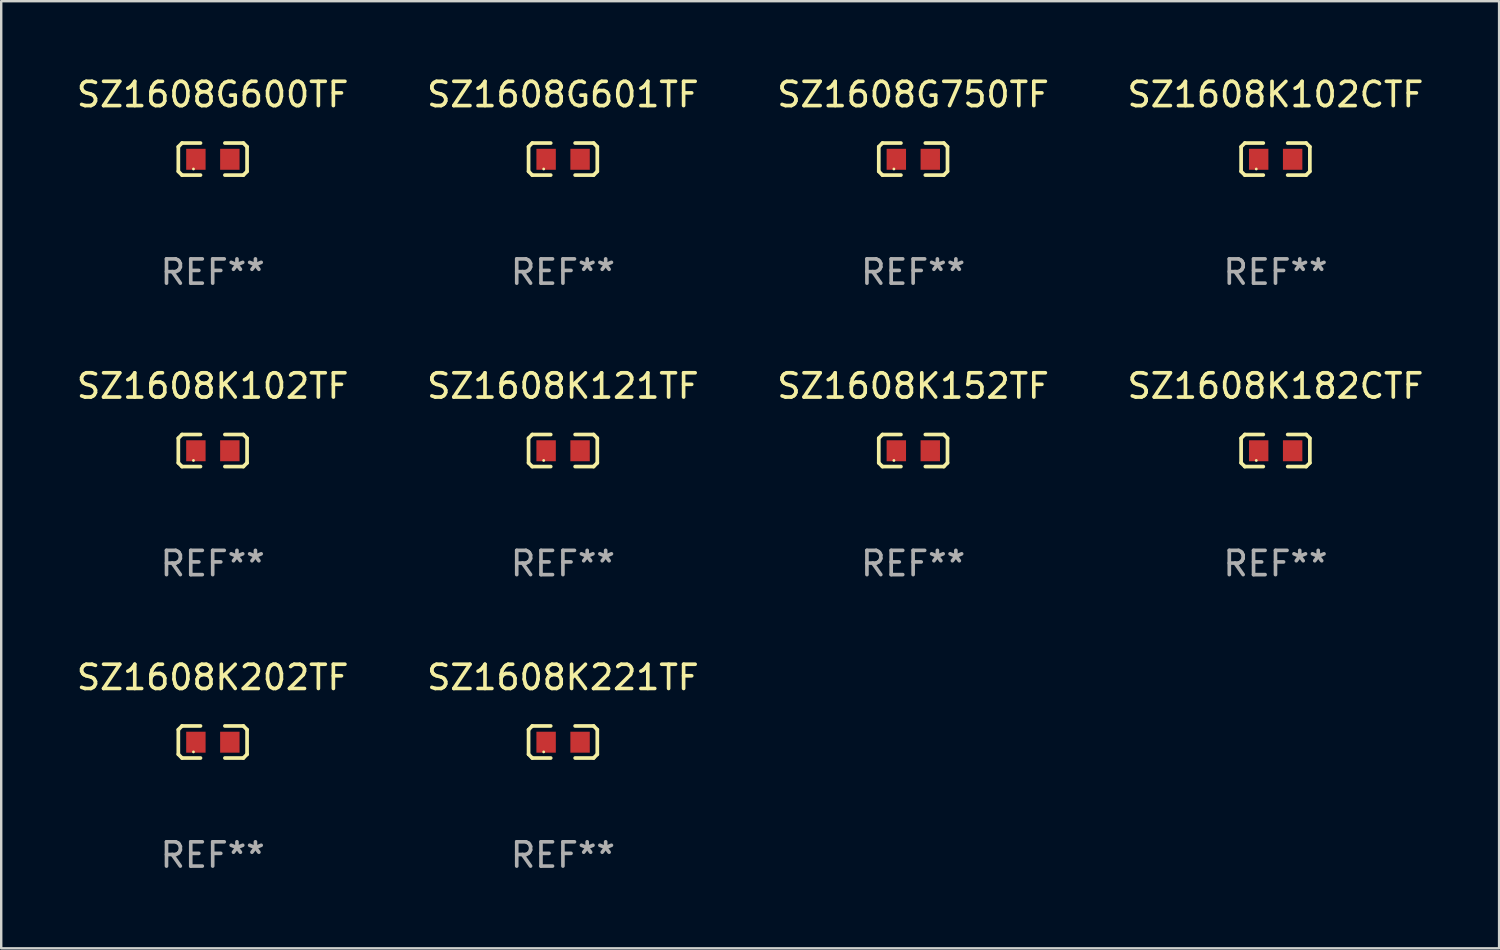
<source format=kicad_pcb>
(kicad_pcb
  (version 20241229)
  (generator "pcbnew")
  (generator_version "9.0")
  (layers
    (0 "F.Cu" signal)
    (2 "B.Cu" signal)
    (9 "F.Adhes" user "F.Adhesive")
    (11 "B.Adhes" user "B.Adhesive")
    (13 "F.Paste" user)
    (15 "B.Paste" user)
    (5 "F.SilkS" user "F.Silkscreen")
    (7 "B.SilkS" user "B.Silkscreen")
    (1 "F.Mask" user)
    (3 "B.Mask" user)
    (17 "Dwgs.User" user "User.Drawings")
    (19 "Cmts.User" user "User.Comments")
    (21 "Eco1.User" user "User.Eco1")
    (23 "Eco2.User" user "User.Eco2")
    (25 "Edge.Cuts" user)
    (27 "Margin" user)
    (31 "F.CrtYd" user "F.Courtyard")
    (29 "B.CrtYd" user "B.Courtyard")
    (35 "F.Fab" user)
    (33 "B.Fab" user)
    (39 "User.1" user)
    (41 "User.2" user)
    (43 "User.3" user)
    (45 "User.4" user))
  (footprint "SZ1608K102CTF"
    (layer "F.Cu")
    (at 49.542 3.509)
    (property "Reference" "SZ1608K102CTF" (at 0 -2.661 0) (layer "F.SilkS") (effects (font (size 1 1) (thickness 0.15))))
    (attr through_hole)
    (fp_line (start -1.417 -0.508) (end -1.265 -0.661) (stroke (width 0.152) (type solid)) (layer "F.SilkS"))
    (fp_line (start -1.417 0.508) (end -1.417 -0.508) (stroke (width 0.152) (type solid)) (layer "F.SilkS"))
    (fp_line (start -1.265 -0.661) (end -0.503 -0.661) (stroke (width 0.152) (type solid)) (layer "F.SilkS"))
    (fp_line (start -1.265 0.661) (end -1.417 0.508) (stroke (width 0.152) (type solid)) (layer "F.SilkS"))
    (fp_line (start -1.265 0.661) (end -0.503 0.661) (stroke (width 0.152) (type solid)) (layer "F.SilkS"))
    (fp_line (start 1.265 -0.661) (end 0.503 -0.661) (stroke (width 0.152) (type solid)) (layer "F.SilkS"))
    (fp_line (start 1.265 -0.661) (end 1.417 -0.508) (stroke (width 0.152) (type solid)) (layer "F.SilkS"))
    (fp_line (start 1.265 0.661) (end 0.503 0.661) (stroke (width 0.152) (type solid)) (layer "F.SilkS"))
    (fp_line (start 1.417 -0.508) (end 1.417 0.508) (stroke (width 0.152) (type solid)) (layer "F.SilkS"))
    (fp_line (start 1.417 0.508) (end 1.265 0.661) (stroke (width 0.152) (type solid)) (layer "F.SilkS"))
    (fp_circle (center -0.793 0.409) (end -0.763 0.409) (stroke (width 0.06) (type solid)) (fill no) (layer "F.SilkS"))
    (fp_text user "REF**" (at 0 4.661 0) (layer "F.Fab") (effects (font (size 1 1) (thickness 0.15))))
    (pad "1" smd rect (at -0.693 0.009 180) (size 0.8 0.864) (layers "F.Cu" "F.Mask" "F.Paste"))
    (pad "2" smd rect (at 0.707 0.009 180) (size 0.8 0.864) (layers "F.Cu" "F.Mask" "F.Paste")))
  (footprint "SZ1608G750TF"
    (layer "F.Cu")
    (at 34.601 3.509)
    (property "Reference" "SZ1608G750TF" (at 0 -2.661 0) (layer "F.SilkS") (effects (font (size 1 1) (thickness 0.15))))
    (attr through_hole)
    (fp_line (start -1.417 -0.508) (end -1.265 -0.661) (stroke (width 0.152) (type solid)) (layer "F.SilkS"))
    (fp_line (start -1.417 0.508) (end -1.417 -0.508) (stroke (width 0.152) (type solid)) (layer "F.SilkS"))
    (fp_line (start -1.265 -0.661) (end -0.503 -0.661) (stroke (width 0.152) (type solid)) (layer "F.SilkS"))
    (fp_line (start -1.265 0.661) (end -1.417 0.508) (stroke (width 0.152) (type solid)) (layer "F.SilkS"))
    (fp_line (start -1.265 0.661) (end -0.503 0.661) (stroke (width 0.152) (type solid)) (layer "F.SilkS"))
    (fp_line (start 1.265 -0.661) (end 0.503 -0.661) (stroke (width 0.152) (type solid)) (layer "F.SilkS"))
    (fp_line (start 1.265 -0.661) (end 1.417 -0.508) (stroke (width 0.152) (type solid)) (layer "F.SilkS"))
    (fp_line (start 1.265 0.661) (end 0.503 0.661) (stroke (width 0.152) (type solid)) (layer "F.SilkS"))
    (fp_line (start 1.417 -0.508) (end 1.417 0.508) (stroke (width 0.152) (type solid)) (layer "F.SilkS"))
    (fp_line (start 1.417 0.508) (end 1.265 0.661) (stroke (width 0.152) (type solid)) (layer "F.SilkS"))
    (fp_circle (center -0.793 0.409) (end -0.763 0.409) (stroke (width 0.06) (type solid)) (fill no) (layer "F.SilkS"))
    (fp_text user "REF**" (at 0 4.661 0) (layer "F.Fab") (effects (font (size 1 1) (thickness 0.15))))
    (pad "1" smd rect (at -0.693 0.009 180) (size 0.8 0.864) (layers "F.Cu" "F.Mask" "F.Paste"))
    (pad "2" smd rect (at 0.707 0.009 180) (size 0.8 0.864) (layers "F.Cu" "F.Mask" "F.Paste")))
  (footprint "SZ1608K182CTF"
    (layer "F.Cu")
    (at 49.542 15.527)
    (property "Reference" "SZ1608K182CTF" (at 0 -2.661 0) (layer "F.SilkS") (effects (font (size 1 1) (thickness 0.15))))
    (attr through_hole)
    (fp_line (start -1.417 -0.508) (end -1.265 -0.661) (stroke (width 0.152) (type solid)) (layer "F.SilkS"))
    (fp_line (start -1.417 0.508) (end -1.417 -0.508) (stroke (width 0.152) (type solid)) (layer "F.SilkS"))
    (fp_line (start -1.265 -0.661) (end -0.503 -0.661) (stroke (width 0.152) (type solid)) (layer "F.SilkS"))
    (fp_line (start -1.265 0.661) (end -1.417 0.508) (stroke (width 0.152) (type solid)) (layer "F.SilkS"))
    (fp_line (start -1.265 0.661) (end -0.503 0.661) (stroke (width 0.152) (type solid)) (layer "F.SilkS"))
    (fp_line (start 1.265 -0.661) (end 0.503 -0.661) (stroke (width 0.152) (type solid)) (layer "F.SilkS"))
    (fp_line (start 1.265 -0.661) (end 1.417 -0.508) (stroke (width 0.152) (type solid)) (layer "F.SilkS"))
    (fp_line (start 1.265 0.661) (end 0.503 0.661) (stroke (width 0.152) (type solid)) (layer "F.SilkS"))
    (fp_line (start 1.417 -0.508) (end 1.417 0.508) (stroke (width 0.152) (type solid)) (layer "F.SilkS"))
    (fp_line (start 1.417 0.508) (end 1.265 0.661) (stroke (width 0.152) (type solid)) (layer "F.SilkS"))
    (fp_circle (center -0.793 0.409) (end -0.763 0.409) (stroke (width 0.06) (type solid)) (fill no) (layer "F.SilkS"))
    (fp_text user "REF**" (at 0 4.661 0) (layer "F.Fab") (effects (font (size 1 1) (thickness 0.15))))
    (pad "1" smd rect (at -0.693 0.009 180) (size 0.8 0.864) (layers "F.Cu" "F.Mask" "F.Paste"))
    (pad "2" smd rect (at 0.707 0.009 180) (size 0.8 0.864) (layers "F.Cu" "F.Mask" "F.Paste")))
  (footprint "SZ1608G601TF"
    (layer "F.Cu")
    (at 20.161 3.509)
    (property "Reference" "SZ1608G601TF" (at 0 -2.661 0) (layer "F.SilkS") (effects (font (size 1 1) (thickness 0.15))))
    (attr through_hole)
    (fp_line (start -1.417 -0.508) (end -1.265 -0.661) (stroke (width 0.152) (type solid)) (layer "F.SilkS"))
    (fp_line (start -1.417 0.508) (end -1.417 -0.508) (stroke (width 0.152) (type solid)) (layer "F.SilkS"))
    (fp_line (start -1.265 -0.661) (end -0.503 -0.661) (stroke (width 0.152) (type solid)) (layer "F.SilkS"))
    (fp_line (start -1.265 0.661) (end -1.417 0.508) (stroke (width 0.152) (type solid)) (layer "F.SilkS"))
    (fp_line (start -1.265 0.661) (end -0.503 0.661) (stroke (width 0.152) (type solid)) (layer "F.SilkS"))
    (fp_line (start 1.265 -0.661) (end 0.503 -0.661) (stroke (width 0.152) (type solid)) (layer "F.SilkS"))
    (fp_line (start 1.265 -0.661) (end 1.417 -0.508) (stroke (width 0.152) (type solid)) (layer "F.SilkS"))
    (fp_line (start 1.265 0.661) (end 0.503 0.661) (stroke (width 0.152) (type solid)) (layer "F.SilkS"))
    (fp_line (start 1.417 -0.508) (end 1.417 0.508) (stroke (width 0.152) (type solid)) (layer "F.SilkS"))
    (fp_line (start 1.417 0.508) (end 1.265 0.661) (stroke (width 0.152) (type solid)) (layer "F.SilkS"))
    (fp_circle (center -0.793 0.409) (end -0.763 0.409) (stroke (width 0.06) (type solid)) (fill no) (layer "F.SilkS"))
    (fp_text user "REF**" (at 0 4.661 0) (layer "F.Fab") (effects (font (size 1 1) (thickness 0.15))))
    (pad "1" smd rect (at -0.693 0.009 180) (size 0.8 0.864) (layers "F.Cu" "F.Mask" "F.Paste"))
    (pad "2" smd rect (at 0.707 0.009 180) (size 0.8 0.864) (layers "F.Cu" "F.Mask" "F.Paste")))
  (footprint "SZ1608K152TF"
    (layer "F.Cu")
    (at 34.601 15.527)
    (property "Reference" "SZ1608K152TF" (at 0 -2.661 0) (layer "F.SilkS") (effects (font (size 1 1) (thickness 0.15))))
    (attr through_hole)
    (fp_line (start -1.417 -0.508) (end -1.265 -0.661) (stroke (width 0.152) (type solid)) (layer "F.SilkS"))
    (fp_line (start -1.417 0.508) (end -1.417 -0.508) (stroke (width 0.152) (type solid)) (layer "F.SilkS"))
    (fp_line (start -1.265 -0.661) (end -0.503 -0.661) (stroke (width 0.152) (type solid)) (layer "F.SilkS"))
    (fp_line (start -1.265 0.661) (end -1.417 0.508) (stroke (width 0.152) (type solid)) (layer "F.SilkS"))
    (fp_line (start -1.265 0.661) (end -0.503 0.661) (stroke (width 0.152) (type solid)) (layer "F.SilkS"))
    (fp_line (start 1.265 -0.661) (end 0.503 -0.661) (stroke (width 0.152) (type solid)) (layer "F.SilkS"))
    (fp_line (start 1.265 -0.661) (end 1.417 -0.508) (stroke (width 0.152) (type solid)) (layer "F.SilkS"))
    (fp_line (start 1.265 0.661) (end 0.503 0.661) (stroke (width 0.152) (type solid)) (layer "F.SilkS"))
    (fp_line (start 1.417 -0.508) (end 1.417 0.508) (stroke (width 0.152) (type solid)) (layer "F.SilkS"))
    (fp_line (start 1.417 0.508) (end 1.265 0.661) (stroke (width 0.152) (type solid)) (layer "F.SilkS"))
    (fp_circle (center -0.793 0.409) (end -0.763 0.409) (stroke (width 0.06) (type solid)) (fill no) (layer "F.SilkS"))
    (fp_text user "REF**" (at 0 4.661 0) (layer "F.Fab") (effects (font (size 1 1) (thickness 0.15))))
    (pad "1" smd rect (at -0.693 0.009 180) (size 0.8 0.864) (layers "F.Cu" "F.Mask" "F.Paste"))
    (pad "2" smd rect (at 0.707 0.009 180) (size 0.8 0.864) (layers "F.Cu" "F.Mask" "F.Paste")))
  (footprint "SZ1608K221TF"
    (layer "F.Cu")
    (at 20.161 27.544)
    (property "Reference" "SZ1608K221TF" (at 0 -2.661 0) (layer "F.SilkS") (effects (font (size 1 1) (thickness 0.15))))
    (attr through_hole)
    (fp_line (start -1.417 -0.508) (end -1.265 -0.661) (stroke (width 0.152) (type solid)) (layer "F.SilkS"))
    (fp_line (start -1.417 0.508) (end -1.417 -0.508) (stroke (width 0.152) (type solid)) (layer "F.SilkS"))
    (fp_line (start -1.265 -0.661) (end -0.503 -0.661) (stroke (width 0.152) (type solid)) (layer "F.SilkS"))
    (fp_line (start -1.265 0.661) (end -1.417 0.508) (stroke (width 0.152) (type solid)) (layer "F.SilkS"))
    (fp_line (start -1.265 0.661) (end -0.503 0.661) (stroke (width 0.152) (type solid)) (layer "F.SilkS"))
    (fp_line (start 1.265 -0.661) (end 0.503 -0.661) (stroke (width 0.152) (type solid)) (layer "F.SilkS"))
    (fp_line (start 1.265 -0.661) (end 1.417 -0.508) (stroke (width 0.152) (type solid)) (layer "F.SilkS"))
    (fp_line (start 1.265 0.661) (end 0.503 0.661) (stroke (width 0.152) (type solid)) (layer "F.SilkS"))
    (fp_line (start 1.417 -0.508) (end 1.417 0.508) (stroke (width 0.152) (type solid)) (layer "F.SilkS"))
    (fp_line (start 1.417 0.508) (end 1.265 0.661) (stroke (width 0.152) (type solid)) (layer "F.SilkS"))
    (fp_circle (center -0.793 0.409) (end -0.763 0.409) (stroke (width 0.06) (type solid)) (fill no) (layer "F.SilkS"))
    (fp_text user "REF**" (at 0 4.661 0) (layer "F.Fab") (effects (font (size 1 1) (thickness 0.15))))
    (pad "1" smd rect (at -0.693 0.009 180) (size 0.8 0.864) (layers "F.Cu" "F.Mask" "F.Paste"))
    (pad "2" smd rect (at 0.707 0.009 180) (size 0.8 0.864) (layers "F.Cu" "F.Mask" "F.Paste")))
  (footprint "SZ1608K121TF"
    (layer "F.Cu")
    (at 20.161 15.527)
    (property "Reference" "SZ1608K121TF" (at 0 -2.661 0) (layer "F.SilkS") (effects (font (size 1 1) (thickness 0.15))))
    (attr through_hole)
    (fp_line (start -1.417 -0.508) (end -1.265 -0.661) (stroke (width 0.152) (type solid)) (layer "F.SilkS"))
    (fp_line (start -1.417 0.508) (end -1.417 -0.508) (stroke (width 0.152) (type solid)) (layer "F.SilkS"))
    (fp_line (start -1.265 -0.661) (end -0.503 -0.661) (stroke (width 0.152) (type solid)) (layer "F.SilkS"))
    (fp_line (start -1.265 0.661) (end -1.417 0.508) (stroke (width 0.152) (type solid)) (layer "F.SilkS"))
    (fp_line (start -1.265 0.661) (end -0.503 0.661) (stroke (width 0.152) (type solid)) (layer "F.SilkS"))
    (fp_line (start 1.265 -0.661) (end 0.503 -0.661) (stroke (width 0.152) (type solid)) (layer "F.SilkS"))
    (fp_line (start 1.265 -0.661) (end 1.417 -0.508) (stroke (width 0.152) (type solid)) (layer "F.SilkS"))
    (fp_line (start 1.265 0.661) (end 0.503 0.661) (stroke (width 0.152) (type solid)) (layer "F.SilkS"))
    (fp_line (start 1.417 -0.508) (end 1.417 0.508) (stroke (width 0.152) (type solid)) (layer "F.SilkS"))
    (fp_line (start 1.417 0.508) (end 1.265 0.661) (stroke (width 0.152) (type solid)) (layer "F.SilkS"))
    (fp_circle (center -0.793 0.409) (end -0.763 0.409) (stroke (width 0.06) (type solid)) (fill no) (layer "F.SilkS"))
    (fp_text user "REF**" (at 0 4.661 0) (layer "F.Fab") (effects (font (size 1 1) (thickness 0.15))))
    (pad "1" smd rect (at -0.693 0.009 180) (size 0.8 0.864) (layers "F.Cu" "F.Mask" "F.Paste"))
    (pad "2" smd rect (at 0.707 0.009 180) (size 0.8 0.864) (layers "F.Cu" "F.Mask" "F.Paste")))
  (footprint "SZ1608K202TF"
    (layer "F.Cu")
    (at 5.72 27.544)
    (property "Reference" "SZ1608K202TF" (at 0 -2.661 0) (layer "F.SilkS") (effects (font (size 1 1) (thickness 0.15))))
    (attr through_hole)
    (fp_line (start -1.417 -0.508) (end -1.265 -0.661) (stroke (width 0.152) (type solid)) (layer "F.SilkS"))
    (fp_line (start -1.417 0.508) (end -1.417 -0.508) (stroke (width 0.152) (type solid)) (layer "F.SilkS"))
    (fp_line (start -1.265 -0.661) (end -0.503 -0.661) (stroke (width 0.152) (type solid)) (layer "F.SilkS"))
    (fp_line (start -1.265 0.661) (end -1.417 0.508) (stroke (width 0.152) (type solid)) (layer "F.SilkS"))
    (fp_line (start -1.265 0.661) (end -0.503 0.661) (stroke (width 0.152) (type solid)) (layer "F.SilkS"))
    (fp_line (start 1.265 -0.661) (end 0.503 -0.661) (stroke (width 0.152) (type solid)) (layer "F.SilkS"))
    (fp_line (start 1.265 -0.661) (end 1.417 -0.508) (stroke (width 0.152) (type solid)) (layer "F.SilkS"))
    (fp_line (start 1.265 0.661) (end 0.503 0.661) (stroke (width 0.152) (type solid)) (layer "F.SilkS"))
    (fp_line (start 1.417 -0.508) (end 1.417 0.508) (stroke (width 0.152) (type solid)) (layer "F.SilkS"))
    (fp_line (start 1.417 0.508) (end 1.265 0.661) (stroke (width 0.152) (type solid)) (layer "F.SilkS"))
    (fp_circle (center -0.793 0.409) (end -0.763 0.409) (stroke (width 0.06) (type solid)) (fill no) (layer "F.SilkS"))
    (fp_text user "REF**" (at 0 4.661 0) (layer "F.Fab") (effects (font (size 1 1) (thickness 0.15))))
    (pad "1" smd rect (at -0.693 0.009 180) (size 0.8 0.864) (layers "F.Cu" "F.Mask" "F.Paste"))
    (pad "2" smd rect (at 0.707 0.009 180) (size 0.8 0.864) (layers "F.Cu" "F.Mask" "F.Paste")))
  (footprint "SZ1608G600TF"
    (layer "F.Cu")
    (at 5.72 3.509)
    (property "Reference" "SZ1608G600TF" (at 0 -2.661 0) (layer "F.SilkS") (effects (font (size 1 1) (thickness 0.15))))
    (attr through_hole)
    (fp_line (start -1.417 -0.508) (end -1.265 -0.661) (stroke (width 0.152) (type solid)) (layer "F.SilkS"))
    (fp_line (start -1.417 0.508) (end -1.417 -0.508) (stroke (width 0.152) (type solid)) (layer "F.SilkS"))
    (fp_line (start -1.265 -0.661) (end -0.503 -0.661) (stroke (width 0.152) (type solid)) (layer "F.SilkS"))
    (fp_line (start -1.265 0.661) (end -1.417 0.508) (stroke (width 0.152) (type solid)) (layer "F.SilkS"))
    (fp_line (start -1.265 0.661) (end -0.503 0.661) (stroke (width 0.152) (type solid)) (layer "F.SilkS"))
    (fp_line (start 1.265 -0.661) (end 0.503 -0.661) (stroke (width 0.152) (type solid)) (layer "F.SilkS"))
    (fp_line (start 1.265 -0.661) (end 1.417 -0.508) (stroke (width 0.152) (type solid)) (layer "F.SilkS"))
    (fp_line (start 1.265 0.661) (end 0.503 0.661) (stroke (width 0.152) (type solid)) (layer "F.SilkS"))
    (fp_line (start 1.417 -0.508) (end 1.417 0.508) (stroke (width 0.152) (type solid)) (layer "F.SilkS"))
    (fp_line (start 1.417 0.508) (end 1.265 0.661) (stroke (width 0.152) (type solid)) (layer "F.SilkS"))
    (fp_circle (center -0.793 0.409) (end -0.763 0.409) (stroke (width 0.06) (type solid)) (fill no) (layer "F.SilkS"))
    (fp_text user "REF**" (at 0 4.661 0) (layer "F.Fab") (effects (font (size 1 1) (thickness 0.15))))
    (pad "1" smd rect (at -0.693 0.009 180) (size 0.8 0.864) (layers "F.Cu" "F.Mask" "F.Paste"))
    (pad "2" smd rect (at 0.707 0.009 180) (size 0.8 0.864) (layers "F.Cu" "F.Mask" "F.Paste")))
  (footprint "SZ1608K102TF"
    (layer "F.Cu")
    (at 5.72 15.527)
    (property "Reference" "SZ1608K102TF" (at 0 -2.661 0) (layer "F.SilkS") (effects (font (size 1 1) (thickness 0.15))))
    (attr through_hole)
    (fp_line (start -1.417 -0.508) (end -1.265 -0.661) (stroke (width 0.152) (type solid)) (layer "F.SilkS"))
    (fp_line (start -1.417 0.508) (end -1.417 -0.508) (stroke (width 0.152) (type solid)) (layer "F.SilkS"))
    (fp_line (start -1.265 -0.661) (end -0.503 -0.661) (stroke (width 0.152) (type solid)) (layer "F.SilkS"))
    (fp_line (start -1.265 0.661) (end -1.417 0.508) (stroke (width 0.152) (type solid)) (layer "F.SilkS"))
    (fp_line (start -1.265 0.661) (end -0.503 0.661) (stroke (width 0.152) (type solid)) (layer "F.SilkS"))
    (fp_line (start 1.265 -0.661) (end 0.503 -0.661) (stroke (width 0.152) (type solid)) (layer "F.SilkS"))
    (fp_line (start 1.265 -0.661) (end 1.417 -0.508) (stroke (width 0.152) (type solid)) (layer "F.SilkS"))
    (fp_line (start 1.265 0.661) (end 0.503 0.661) (stroke (width 0.152) (type solid)) (layer "F.SilkS"))
    (fp_line (start 1.417 -0.508) (end 1.417 0.508) (stroke (width 0.152) (type solid)) (layer "F.SilkS"))
    (fp_line (start 1.417 0.508) (end 1.265 0.661) (stroke (width 0.152) (type solid)) (layer "F.SilkS"))
    (fp_circle (center -0.793 0.409) (end -0.763 0.409) (stroke (width 0.06) (type solid)) (fill no) (layer "F.SilkS"))
    (fp_text user "REF**" (at 0 4.661 0) (layer "F.Fab") (effects (font (size 1 1) (thickness 0.15))))
    (pad "1" smd rect (at -0.693 0.009 180) (size 0.8 0.864) (layers "F.Cu" "F.Mask" "F.Paste"))
    (pad "2" smd rect (at 0.707 0.009 180) (size 0.8 0.864) (layers "F.Cu" "F.Mask" "F.Paste")))
  (gr_rect
    (start -3 -3)
    (end 58.762 36.053)
    (stroke (width 0.1) (type default))
    (fill no)
    (layer "Edge.Cuts")))
</source>
